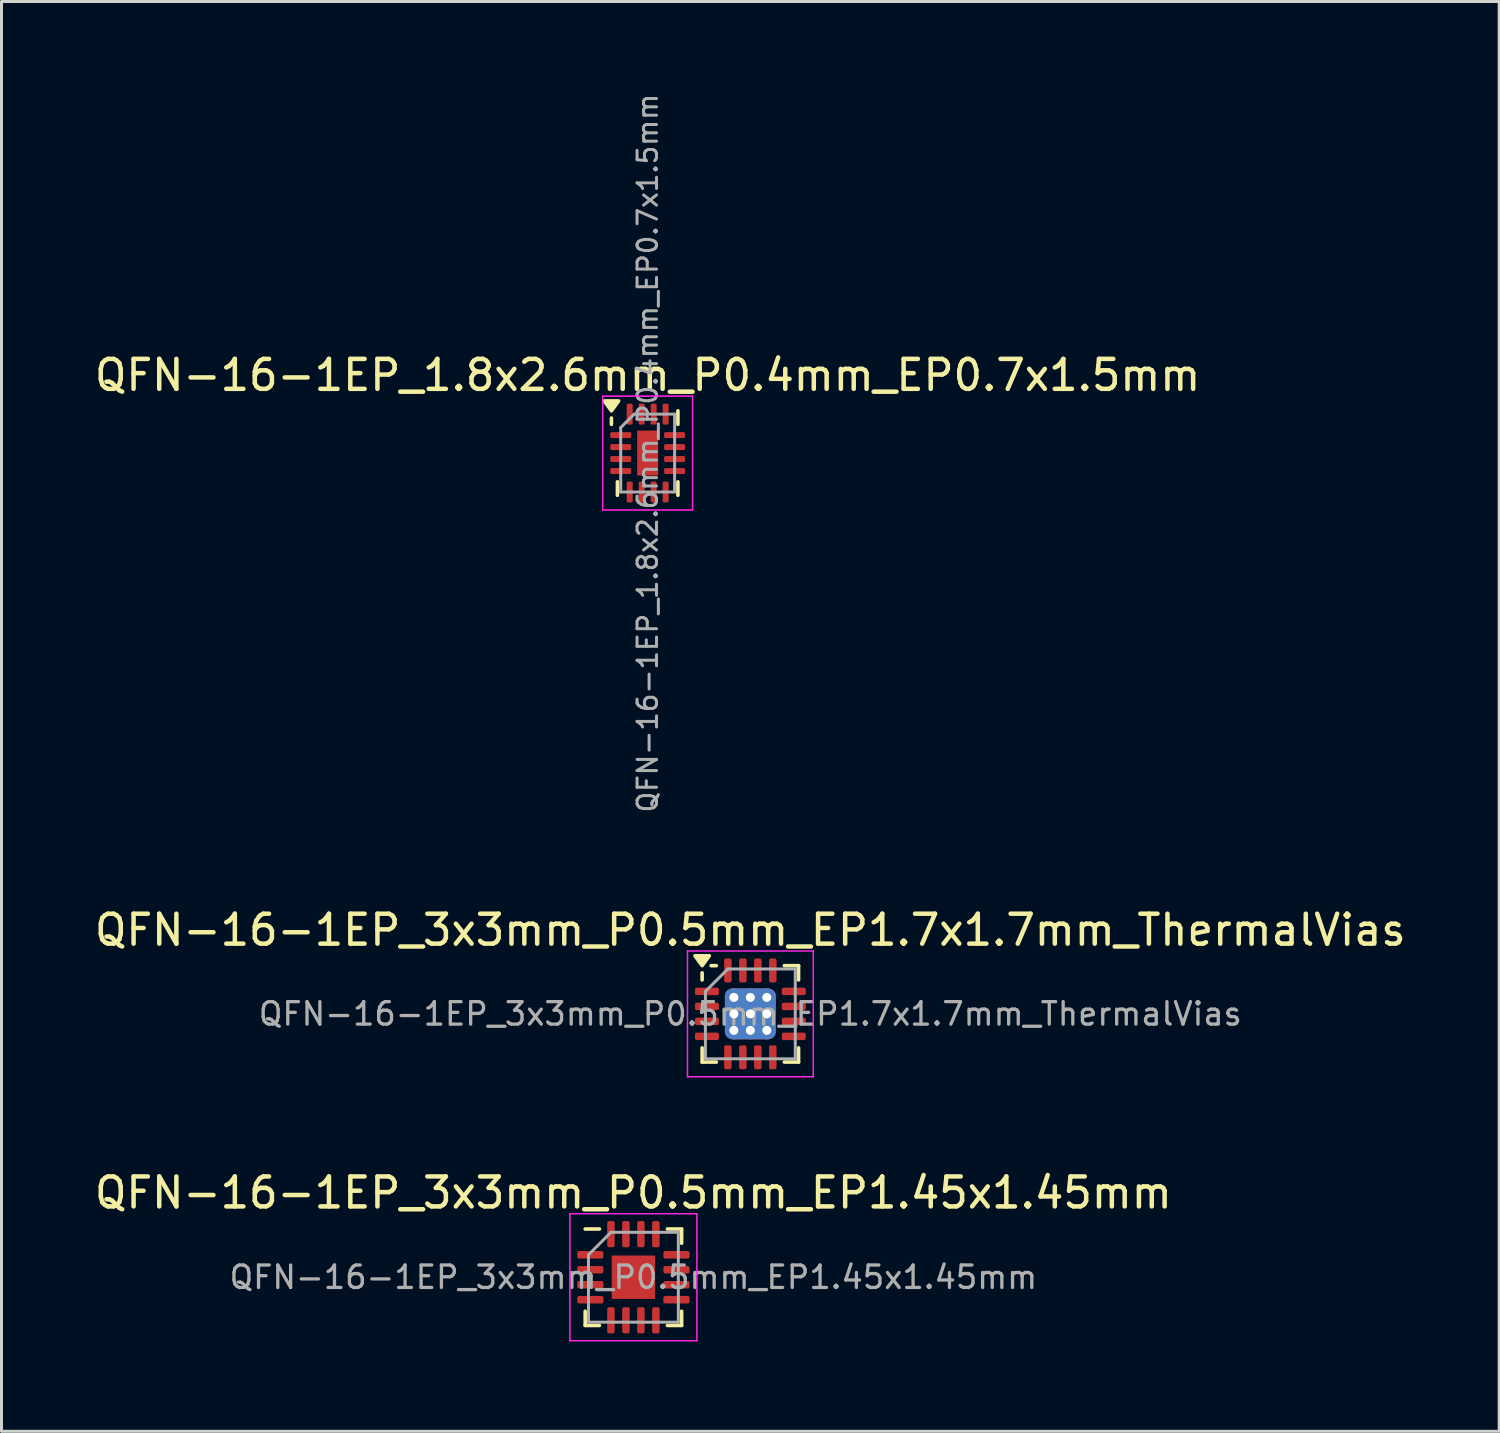
<source format=kicad_pcb>
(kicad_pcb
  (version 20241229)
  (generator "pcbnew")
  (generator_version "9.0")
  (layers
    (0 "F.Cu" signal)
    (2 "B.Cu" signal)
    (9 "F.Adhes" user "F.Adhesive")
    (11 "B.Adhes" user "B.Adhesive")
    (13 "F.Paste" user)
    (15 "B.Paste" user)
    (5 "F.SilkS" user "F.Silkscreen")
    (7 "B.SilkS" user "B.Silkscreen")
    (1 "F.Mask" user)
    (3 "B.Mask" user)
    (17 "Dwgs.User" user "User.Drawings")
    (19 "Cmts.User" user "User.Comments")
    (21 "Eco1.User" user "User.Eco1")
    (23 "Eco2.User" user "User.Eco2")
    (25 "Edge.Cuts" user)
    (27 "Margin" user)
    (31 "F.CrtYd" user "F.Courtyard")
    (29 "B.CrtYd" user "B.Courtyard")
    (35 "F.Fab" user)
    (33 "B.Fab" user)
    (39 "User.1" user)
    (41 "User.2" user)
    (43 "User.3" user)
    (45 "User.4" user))
  (footprint "QFN-16-1EP_1.8x2.6mm_P0.4mm_EP0.7x1.5mm"
    (layer "F.Cu")
    (at 18.577 12.079)
    (property "Reference" "QFN-16-1EP_1.8x2.6mm_P0.4mm_EP0.7x1.5mm" (at 0 -2.6 0) (layer "F.SilkS") (effects (font (size 1 1) (thickness 0.15))))
    (attr smd)
    (fp_line (start -1.21 -0.96) (end -1.21 -1.17) (stroke (width 0.12) (type solid)) (layer "F.SilkS"))
    (fp_line (start -1.01 1.41) (end -1.01 0.96) (stroke (width 0.12) (type solid)) (layer "F.SilkS"))
    (fp_line (start 1.01 -1.41) (end 1.01 -0.96) (stroke (width 0.12) (type solid)) (layer "F.SilkS"))
    (fp_line (start 1.01 1.41) (end 1.01 0.96) (stroke (width 0.12) (type solid)) (layer "F.SilkS"))
    (fp_poly (pts (xy -1.21 -1.41) (xy -1.45 -1.74) (xy -0.97 -1.74) (xy -1.21 -1.41)) (stroke (width 0.12) (type solid)) (fill yes) (layer "F.SilkS"))
    (fp_line (start -1.5 -1.9) (end -1.5 1.9) (stroke (width 0.05) (type solid)) (layer "F.CrtYd"))
    (fp_line (start -1.5 1.9) (end 1.5 1.9) (stroke (width 0.05) (type solid)) (layer "F.CrtYd"))
    (fp_line (start 1.5 -1.9) (end -1.5 -1.9) (stroke (width 0.05) (type solid)) (layer "F.CrtYd"))
    (fp_line (start 1.5 1.9) (end 1.5 -1.9) (stroke (width 0.05) (type solid)) (layer "F.CrtYd"))
    (fp_line (start -0.9 -0.85) (end -0.45 -1.3) (stroke (width 0.1) (type solid)) (layer "F.Fab"))
    (fp_line (start -0.9 1.3) (end -0.9 -0.85) (stroke (width 0.1) (type solid)) (layer "F.Fab"))
    (fp_line (start -0.45 -1.3) (end 0.9 -1.3) (stroke (width 0.1) (type solid)) (layer "F.Fab"))
    (fp_line (start 0.9 -1.3) (end 0.9 1.3) (stroke (width 0.1) (type solid)) (layer "F.Fab"))
    (fp_line (start 0.9 1.3) (end -0.9 1.3) (stroke (width 0.1) (type solid)) (layer "F.Fab"))
    (fp_text user "${REFERENCE}" (at 0 0 90) (layer "F.Fab") (effects (font (size 0.65 0.65) (thickness 0.1))))
    (pad "" smd roundrect (at 0 0) (size 0.56 1.21) (layers "F.Paste") (roundrect_rratio 0.25))
    (pad "1" smd roundrect (at -0.9 -0.6) (size 0.7 0.2) (layers "F.Cu" "F.Mask" "F.Paste") (roundrect_rratio 0.25))
    (pad "2" smd roundrect (at -0.9 -0.2) (size 0.7 0.2) (layers "F.Cu" "F.Mask" "F.Paste") (roundrect_rratio 0.25))
    (pad "3" smd roundrect (at -0.9 0.2) (size 0.7 0.2) (layers "F.Cu" "F.Mask" "F.Paste") (roundrect_rratio 0.25))
    (pad "4" smd roundrect (at -0.9 0.6) (size 0.7 0.2) (layers "F.Cu" "F.Mask" "F.Paste") (roundrect_rratio 0.25))
    (pad "5" smd roundrect (at -0.6 1.3) (size 0.2 0.7) (layers "F.Cu" "F.Mask" "F.Paste") (roundrect_rratio 0.25))
    (pad "6" smd roundrect (at -0.2 1.3) (size 0.2 0.7) (layers "F.Cu" "F.Mask" "F.Paste") (roundrect_rratio 0.25))
    (pad "7" smd roundrect (at 0.2 1.3) (size 0.2 0.7) (layers "F.Cu" "F.Mask" "F.Paste") (roundrect_rratio 0.25))
    (pad "8" smd roundrect (at 0.6 1.3) (size 0.2 0.7) (layers "F.Cu" "F.Mask" "F.Paste") (roundrect_rratio 0.25))
    (pad "9" smd roundrect (at 0.9 0.6) (size 0.7 0.2) (layers "F.Cu" "F.Mask" "F.Paste") (roundrect_rratio 0.25))
    (pad "10" smd roundrect (at 0.9 0.2) (size 0.7 0.2) (layers "F.Cu" "F.Mask" "F.Paste") (roundrect_rratio 0.25))
    (pad "11" smd roundrect (at 0.9 -0.2) (size 0.7 0.2) (layers "F.Cu" "F.Mask" "F.Paste") (roundrect_rratio 0.25))
    (pad "12" smd roundrect (at 0.9 -0.6) (size 0.7 0.2) (layers "F.Cu" "F.Mask" "F.Paste") (roundrect_rratio 0.25))
    (pad "13" smd roundrect (at 0.6 -1.3) (size 0.2 0.7) (layers "F.Cu" "F.Mask" "F.Paste") (roundrect_rratio 0.25))
    (pad "14" smd roundrect (at 0.2 -1.3) (size 0.2 0.7) (layers "F.Cu" "F.Mask" "F.Paste") (roundrect_rratio 0.25))
    (pad "15" smd roundrect (at -0.2 -1.3) (size 0.2 0.7) (layers "F.Cu" "F.Mask" "F.Paste") (roundrect_rratio 0.25))
    (pad "16" smd roundrect (at -0.6 -1.3) (size 0.2 0.7) (layers "F.Cu" "F.Mask" "F.Paste") (roundrect_rratio 0.25))
    (pad "17" smd rect (at 0 0) (size 0.7 1.5) (property pad_prop_heatsink) (layers "F.Cu" "F.Mask")))
  (footprint "QFN-16-1EP_3x3mm_P0.5mm_EP1.45x1.45mm"
    (layer "F.Cu")
    (at 18.101 39.6)
    (property "Reference" "QFN-16-1EP_3x3mm_P0.5mm_EP1.45x1.45mm" (at 0 -2.82 0) (layer "F.SilkS") (effects (font (size 1 1) (thickness 0.15))))
    (attr smd)
    (fp_line (start -1.61 1.61) (end -1.61 1.135) (stroke (width 0.12) (type solid)) (layer "F.SilkS"))
    (fp_line (start -1.135 -1.61) (end -1.61 -1.61) (stroke (width 0.12) (type solid)) (layer "F.SilkS"))
    (fp_line (start -1.135 1.61) (end -1.61 1.61) (stroke (width 0.12) (type solid)) (layer "F.SilkS"))
    (fp_line (start 1.135 -1.61) (end 1.61 -1.61) (stroke (width 0.12) (type solid)) (layer "F.SilkS"))
    (fp_line (start 1.135 1.61) (end 1.61 1.61) (stroke (width 0.12) (type solid)) (layer "F.SilkS"))
    (fp_line (start 1.61 -1.61) (end 1.61 -1.135) (stroke (width 0.12) (type solid)) (layer "F.SilkS"))
    (fp_line (start 1.61 1.61) (end 1.61 1.135) (stroke (width 0.12) (type solid)) (layer "F.SilkS"))
    (fp_line (start -2.12 -2.12) (end -2.12 2.12) (stroke (width 0.05) (type solid)) (layer "F.CrtYd"))
    (fp_line (start -2.12 2.12) (end 2.12 2.12) (stroke (width 0.05) (type solid)) (layer "F.CrtYd"))
    (fp_line (start 2.12 -2.12) (end -2.12 -2.12) (stroke (width 0.05) (type solid)) (layer "F.CrtYd"))
    (fp_line (start 2.12 2.12) (end 2.12 -2.12) (stroke (width 0.05) (type solid)) (layer "F.CrtYd"))
    (fp_line (start -1.5 -0.75) (end -0.75 -1.5) (stroke (width 0.1) (type solid)) (layer "F.Fab"))
    (fp_line (start -1.5 1.5) (end -1.5 -0.75) (stroke (width 0.1) (type solid)) (layer "F.Fab"))
    (fp_line (start -0.75 -1.5) (end 1.5 -1.5) (stroke (width 0.1) (type solid)) (layer "F.Fab"))
    (fp_line (start 1.5 -1.5) (end 1.5 1.5) (stroke (width 0.1) (type solid)) (layer "F.Fab"))
    (fp_line (start 1.5 1.5) (end -1.5 1.5) (stroke (width 0.1) (type solid)) (layer "F.Fab"))
    (fp_text user "${REFERENCE}" (at 0 0 0) (layer "F.Fab") (effects (font (size 0.75 0.75) (thickness 0.11))))
    (pad "" smd roundrect (at -0.36 -0.36) (size 0.58 0.58) (layers "F.Paste") (roundrect_rratio 0.25))
    (pad "" smd roundrect (at -0.36 0.36) (size 0.58 0.58) (layers "F.Paste") (roundrect_rratio 0.25))
    (pad "" smd roundrect (at 0.36 -0.36) (size 0.58 0.58) (layers "F.Paste") (roundrect_rratio 0.25))
    (pad "" smd roundrect (at 0.36 0.36) (size 0.58 0.58) (layers "F.Paste") (roundrect_rratio 0.25))
    (pad "1" smd roundrect (at -1.438 -0.75) (size 0.875 0.25) (layers "F.Cu" "F.Mask" "F.Paste") (roundrect_rratio 0.25))
    (pad "2" smd roundrect (at -1.438 -0.25) (size 0.875 0.25) (layers "F.Cu" "F.Mask" "F.Paste") (roundrect_rratio 0.25))
    (pad "3" smd roundrect (at -1.438 0.25) (size 0.875 0.25) (layers "F.Cu" "F.Mask" "F.Paste") (roundrect_rratio 0.25))
    (pad "4" smd roundrect (at -1.438 0.75) (size 0.875 0.25) (layers "F.Cu" "F.Mask" "F.Paste") (roundrect_rratio 0.25))
    (pad "5" smd roundrect (at -0.75 1.438) (size 0.25 0.875) (layers "F.Cu" "F.Mask" "F.Paste") (roundrect_rratio 0.25))
    (pad "6" smd roundrect (at -0.25 1.438) (size 0.25 0.875) (layers "F.Cu" "F.Mask" "F.Paste") (roundrect_rratio 0.25))
    (pad "7" smd roundrect (at 0.25 1.438) (size 0.25 0.875) (layers "F.Cu" "F.Mask" "F.Paste") (roundrect_rratio 0.25))
    (pad "8" smd roundrect (at 0.75 1.438) (size 0.25 0.875) (layers "F.Cu" "F.Mask" "F.Paste") (roundrect_rratio 0.25))
    (pad "9" smd roundrect (at 1.438 0.75) (size 0.875 0.25) (layers "F.Cu" "F.Mask" "F.Paste") (roundrect_rratio 0.25))
    (pad "10" smd roundrect (at 1.438 0.25) (size 0.875 0.25) (layers "F.Cu" "F.Mask" "F.Paste") (roundrect_rratio 0.25))
    (pad "11" smd roundrect (at 1.438 -0.25) (size 0.875 0.25) (layers "F.Cu" "F.Mask" "F.Paste") (roundrect_rratio 0.25))
    (pad "12" smd roundrect (at 1.438 -0.75) (size 0.875 0.25) (layers "F.Cu" "F.Mask" "F.Paste") (roundrect_rratio 0.25))
    (pad "13" smd roundrect (at 0.75 -1.438) (size 0.25 0.875) (layers "F.Cu" "F.Mask" "F.Paste") (roundrect_rratio 0.25))
    (pad "14" smd roundrect (at 0.25 -1.438) (size 0.25 0.875) (layers "F.Cu" "F.Mask" "F.Paste") (roundrect_rratio 0.25))
    (pad "15" smd roundrect (at -0.25 -1.438) (size 0.25 0.875) (layers "F.Cu" "F.Mask" "F.Paste") (roundrect_rratio 0.25))
    (pad "16" smd roundrect (at -0.75 -1.438) (size 0.25 0.875) (layers "F.Cu" "F.Mask" "F.Paste") (roundrect_rratio 0.25))
    (pad "17" smd rect (at 0 0) (size 1.45 1.45) (layers "F.Cu" "F.Mask")))
  (footprint "QFN-16-1EP_3x3mm_P0.5mm_EP1.7x1.7mm_ThermalVias"
    (layer "F.Cu")
    (at 22.006 30.806)
    (property "Reference" "QFN-16-1EP_3x3mm_P0.5mm_EP1.7x1.7mm_ThermalVias" (at 0 -2.8 0) (layer "F.SilkS") (effects (font (size 1 1) (thickness 0.15))))
    (attr smd)
    (fp_line (start -1.61 -1.135) (end -1.61 -1.37) (stroke (width 0.12) (type solid)) (layer "F.SilkS"))
    (fp_line (start -1.61 1.61) (end -1.61 1.135) (stroke (width 0.12) (type solid)) (layer "F.SilkS"))
    (fp_line (start -1.135 -1.61) (end -1.31 -1.61) (stroke (width 0.12) (type solid)) (layer "F.SilkS"))
    (fp_line (start -1.135 1.61) (end -1.61 1.61) (stroke (width 0.12) (type solid)) (layer "F.SilkS"))
    (fp_line (start 1.135 -1.61) (end 1.61 -1.61) (stroke (width 0.12) (type solid)) (layer "F.SilkS"))
    (fp_line (start 1.135 1.61) (end 1.61 1.61) (stroke (width 0.12) (type solid)) (layer "F.SilkS"))
    (fp_line (start 1.61 -1.61) (end 1.61 -1.135) (stroke (width 0.12) (type solid)) (layer "F.SilkS"))
    (fp_line (start 1.61 1.61) (end 1.61 1.135) (stroke (width 0.12) (type solid)) (layer "F.SilkS"))
    (fp_poly (pts (xy -1.61 -1.61) (xy -1.85 -1.94) (xy -1.37 -1.94) (xy -1.61 -1.61)) (stroke (width 0.12) (type solid)) (fill yes) (layer "F.SilkS"))
    (fp_line (start -2.1 -2.1) (end -2.1 2.1) (stroke (width 0.05) (type solid)) (layer "F.CrtYd"))
    (fp_line (start -2.1 2.1) (end 2.1 2.1) (stroke (width 0.05) (type solid)) (layer "F.CrtYd"))
    (fp_line (start 2.1 -2.1) (end -2.1 -2.1) (stroke (width 0.05) (type solid)) (layer "F.CrtYd"))
    (fp_line (start 2.1 2.1) (end 2.1 -2.1) (stroke (width 0.05) (type solid)) (layer "F.CrtYd"))
    (fp_line (start -1.5 -0.75) (end -0.75 -1.5) (stroke (width 0.1) (type solid)) (layer "F.Fab"))
    (fp_line (start -1.5 1.5) (end -1.5 -0.75) (stroke (width 0.1) (type solid)) (layer "F.Fab"))
    (fp_line (start -0.75 -1.5) (end 1.5 -1.5) (stroke (width 0.1) (type solid)) (layer "F.Fab"))
    (fp_line (start 1.5 -1.5) (end 1.5 1.5) (stroke (width 0.1) (type solid)) (layer "F.Fab"))
    (fp_line (start 1.5 1.5) (end -1.5 1.5) (stroke (width 0.1) (type solid)) (layer "F.Fab"))
    (fp_text user "${REFERENCE}" (at 0 0 0) (layer "F.Fab") (effects (font (size 0.75 0.75) (thickness 0.11))))
    (pad "" smd roundrect (at -0.425 -0.425) (size 0.74 0.74) (layers "F.Paste") (roundrect_rratio 0.25))
    (pad "" smd roundrect (at -0.425 0.425) (size 0.74 0.74) (layers "F.Paste") (roundrect_rratio 0.25))
    (pad "" smd roundrect (at 0.425 -0.425) (size 0.74 0.74) (layers "F.Paste") (roundrect_rratio 0.25))
    (pad "" smd roundrect (at 0.425 0.425) (size 0.74 0.74) (layers "F.Paste") (roundrect_rratio 0.25))
    (pad "1" smd roundrect (at -1.45 -0.75) (size 0.8 0.25) (layers "F.Cu" "F.Mask" "F.Paste") (roundrect_rratio 0.25))
    (pad "2" smd roundrect (at -1.45 -0.25) (size 0.8 0.25) (layers "F.Cu" "F.Mask" "F.Paste") (roundrect_rratio 0.25))
    (pad "3" smd roundrect (at -1.45 0.25) (size 0.8 0.25) (layers "F.Cu" "F.Mask" "F.Paste") (roundrect_rratio 0.25))
    (pad "4" smd roundrect (at -1.45 0.75) (size 0.8 0.25) (layers "F.Cu" "F.Mask" "F.Paste") (roundrect_rratio 0.25))
    (pad "5" smd roundrect (at -0.75 1.45) (size 0.25 0.8) (layers "F.Cu" "F.Mask" "F.Paste") (roundrect_rratio 0.25))
    (pad "6" smd roundrect (at -0.25 1.45) (size 0.25 0.8) (layers "F.Cu" "F.Mask" "F.Paste") (roundrect_rratio 0.25))
    (pad "7" smd roundrect (at 0.25 1.45) (size 0.25 0.8) (layers "F.Cu" "F.Mask" "F.Paste") (roundrect_rratio 0.25))
    (pad "8" smd roundrect (at 0.75 1.45) (size 0.25 0.8) (layers "F.Cu" "F.Mask" "F.Paste") (roundrect_rratio 0.25))
    (pad "9" smd roundrect (at 1.45 0.75) (size 0.8 0.25) (layers "F.Cu" "F.Mask" "F.Paste") (roundrect_rratio 0.25))
    (pad "10" smd roundrect (at 1.45 0.25) (size 0.8 0.25) (layers "F.Cu" "F.Mask" "F.Paste") (roundrect_rratio 0.25))
    (pad "11" smd roundrect (at 1.45 -0.25) (size 0.8 0.25) (layers "F.Cu" "F.Mask" "F.Paste") (roundrect_rratio 0.25))
    (pad "12" smd roundrect (at 1.45 -0.75) (size 0.8 0.25) (layers "F.Cu" "F.Mask" "F.Paste") (roundrect_rratio 0.25))
    (pad "13" smd roundrect (at 0.75 -1.45) (size 0.25 0.8) (layers "F.Cu" "F.Mask" "F.Paste") (roundrect_rratio 0.25))
    (pad "14" smd roundrect (at 0.25 -1.45) (size 0.25 0.8) (layers "F.Cu" "F.Mask" "F.Paste") (roundrect_rratio 0.25))
    (pad "15" smd roundrect (at -0.25 -1.45) (size 0.25 0.8) (layers "F.Cu" "F.Mask" "F.Paste") (roundrect_rratio 0.25))
    (pad "16" smd roundrect (at -0.75 -1.45) (size 0.25 0.8) (layers "F.Cu" "F.Mask" "F.Paste") (roundrect_rratio 0.25))
    (pad "17" thru_hole circle (at -0.55 -0.55) (size 0.6 0.6) (drill 0.3) (layers "*.Cu"))
    (pad "17" thru_hole circle (at -0.55 0) (size 0.6 0.6) (drill 0.3) (layers "*.Cu"))
    (pad "17" thru_hole circle (at -0.55 0.55) (size 0.6 0.6) (drill 0.3) (layers "*.Cu"))
    (pad "17" thru_hole circle (at 0 -0.55) (size 0.6 0.6) (drill 0.3) (layers "*.Cu"))
    (pad "17" thru_hole circle (at 0 0) (size 0.6 0.6) (drill 0.3) (layers "*.Cu"))
    (pad "17" smd roundrect (at 0 0) (size 1.7 1.7) (layers "F.Cu" "F.Mask") (roundrect_rratio 0.147))
    (pad "17" smd roundrect (at 0 0) (size 1.7 1.7) (layers "B.Cu") (roundrect_rratio 0.147))
    (pad "17" thru_hole circle (at 0 0.55) (size 0.6 0.6) (drill 0.3) (layers "*.Cu"))
    (pad "17" thru_hole circle (at 0.55 -0.55) (size 0.6 0.6) (drill 0.3) (layers "*.Cu"))
    (pad "17" thru_hole circle (at 0.55 0) (size 0.6 0.6) (drill 0.3) (layers "*.Cu"))
    (pad "17" thru_hole circle (at 0.55 0.55) (size 0.6 0.6) (drill 0.3) (layers "*.Cu")))
  (gr_rect
    (start -3 -3)
    (end 47.012 44.745)
    (stroke (width 0.1) (type default))
    (fill no)
    (layer "Edge.Cuts")))
</source>
